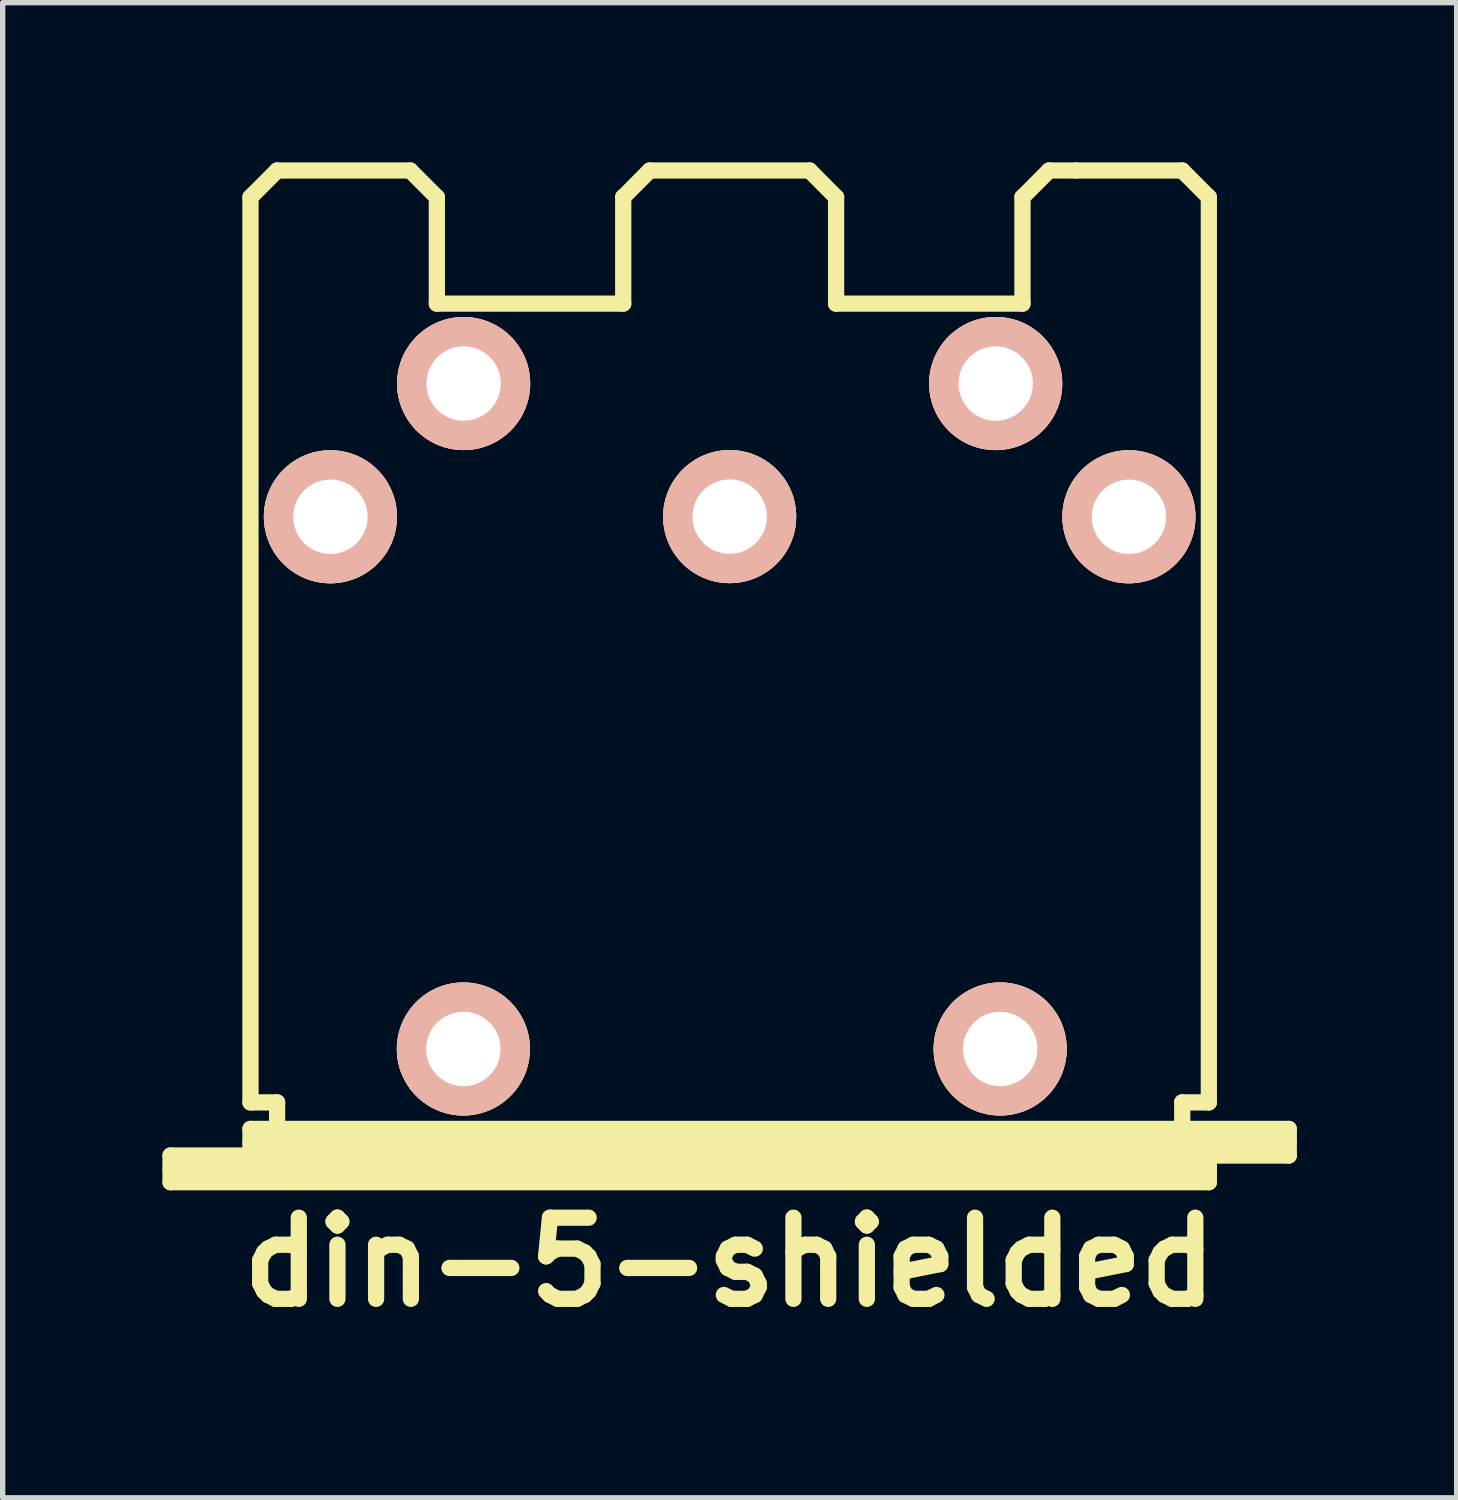
<source format=kicad_pcb>
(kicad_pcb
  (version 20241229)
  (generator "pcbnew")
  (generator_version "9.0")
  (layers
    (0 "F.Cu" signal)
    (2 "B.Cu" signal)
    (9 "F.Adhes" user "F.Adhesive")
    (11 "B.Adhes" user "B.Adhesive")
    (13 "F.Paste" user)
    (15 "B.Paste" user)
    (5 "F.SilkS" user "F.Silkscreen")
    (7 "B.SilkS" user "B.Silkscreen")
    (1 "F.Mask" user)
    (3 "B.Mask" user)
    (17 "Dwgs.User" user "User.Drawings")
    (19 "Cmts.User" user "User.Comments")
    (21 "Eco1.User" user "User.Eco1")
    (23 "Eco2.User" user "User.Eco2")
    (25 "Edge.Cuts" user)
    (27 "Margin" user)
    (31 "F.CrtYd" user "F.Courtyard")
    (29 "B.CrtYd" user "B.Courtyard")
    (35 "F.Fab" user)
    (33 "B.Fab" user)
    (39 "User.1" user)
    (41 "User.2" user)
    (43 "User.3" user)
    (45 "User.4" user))
  (footprint "din-5-shielded"
    (layer "F.Cu")
    (at 10.653 9.652)
    (property "Reference" "din-5-shielded" (at 0 11.001 0) (layer "F.SilkS") (effects (font (size 1.524 1.524) (thickness 0.305))))
    (attr through_hole)
    (fp_line (start -10.5 8.999) (end -8.999 8.999) (stroke (width 0.305) (type solid)) (layer "F.SilkS"))
    (fp_line (start -10.5 9.251) (end 8.999 9.251) (stroke (width 0.305) (type solid)) (layer "F.SilkS"))
    (fp_line (start -10.5 9.5) (end -10.5 8.999) (stroke (width 0.305) (type solid)) (layer "F.SilkS"))
    (fp_line (start -8.999 -8.999) (end -8.999 8.001) (stroke (width 0.305) (type solid)) (layer "F.SilkS"))
    (fp_line (start -8.999 -8.999) (end -8.499 -9.5) (stroke (width 0.305) (type solid)) (layer "F.SilkS"))
    (fp_line (start -8.999 8.001) (end -8.499 8.001) (stroke (width 0.305) (type solid)) (layer "F.SilkS"))
    (fp_line (start -8.999 8.499) (end 10.5 8.499) (stroke (width 0.305) (type solid)) (layer "F.SilkS"))
    (fp_line (start -8.999 8.75) (end 10.5 8.75) (stroke (width 0.305) (type solid)) (layer "F.SilkS"))
    (fp_line (start -8.999 8.999) (end -8.999 8.499) (stroke (width 0.305) (type solid)) (layer "F.SilkS"))
    (fp_line (start -8.499 -9.5) (end -5.999 -9.5) (stroke (width 0.305) (type solid)) (layer "F.SilkS"))
    (fp_line (start -8.499 8.001) (end -8.499 8.499) (stroke (width 0.305) (type solid)) (layer "F.SilkS"))
    (fp_line (start -5.999 -9.5) (end -5.499 -8.999) (stroke (width 0.305) (type solid)) (layer "F.SilkS"))
    (fp_line (start -5.499 -8.999) (end -5.499 -7) (stroke (width 0.305) (type solid)) (layer "F.SilkS"))
    (fp_line (start -5.499 -7) (end -1.999 -7) (stroke (width 0.305) (type solid)) (layer "F.SilkS"))
    (fp_line (start -1.999 -8.999) (end -1.999 -7) (stroke (width 0.305) (type solid)) (layer "F.SilkS"))
    (fp_line (start -1.501 -9.5) (end -1.999 -8.999) (stroke (width 0.305) (type solid)) (layer "F.SilkS"))
    (fp_line (start -1.501 -9.5) (end 1.501 -9.5) (stroke (width 0.305) (type solid)) (layer "F.SilkS"))
    (fp_line (start 1.501 -9.5) (end 1.999 -8.999) (stroke (width 0.305) (type solid)) (layer "F.SilkS"))
    (fp_line (start 1.999 -8.999) (end 1.999 -7) (stroke (width 0.305) (type solid)) (layer "F.SilkS"))
    (fp_line (start 5.499 -8.999) (end 5.499 -7) (stroke (width 0.305) (type solid)) (layer "F.SilkS"))
    (fp_line (start 5.499 -7) (end 1.999 -7) (stroke (width 0.305) (type solid)) (layer "F.SilkS"))
    (fp_line (start 5.999 -9.5) (end 5.499 -8.999) (stroke (width 0.305) (type solid)) (layer "F.SilkS"))
    (fp_line (start 6.5 -9.5) (end 5.999 -9.5) (stroke (width 0.305) (type solid)) (layer "F.SilkS"))
    (fp_line (start 8.499 -9.5) (end 6.5 -9.5) (stroke (width 0.305) (type solid)) (layer "F.SilkS"))
    (fp_line (start 8.499 8.499) (end 8.499 8.001) (stroke (width 0.305) (type solid)) (layer "F.SilkS"))
    (fp_line (start 8.999 -8.999) (end 8.499 -9.5) (stroke (width 0.305) (type solid)) (layer "F.SilkS"))
    (fp_line (start 8.999 -8.999) (end 8.999 8.001) (stroke (width 0.305) (type solid)) (layer "F.SilkS"))
    (fp_line (start 8.999 8.001) (end 8.499 8.001) (stroke (width 0.305) (type solid)) (layer "F.SilkS"))
    (fp_line (start 8.999 8.999) (end -8.999 8.999) (stroke (width 0.305) (type solid)) (layer "F.SilkS"))
    (fp_line (start 8.999 8.999) (end 8.999 9.5) (stroke (width 0.305) (type solid)) (layer "F.SilkS"))
    (fp_line (start 8.999 9.5) (end -10.5 9.5) (stroke (width 0.305) (type solid)) (layer "F.SilkS"))
    (fp_line (start 10.5 8.499) (end 10.5 8.999) (stroke (width 0.305) (type solid)) (layer "F.SilkS"))
    (fp_line (start 10.5 8.999) (end 8.999 8.999) (stroke (width 0.305) (type solid)) (layer "F.SilkS"))
    (pad "1" thru_hole circle (at 7.498 -2.997) (size 2.499 2.499) (drill 1.397) (layers "*.Cu" "*.SilkS" "*.Mask"))
    (pad "2" thru_hole circle (at 0 -3) (size 2.499 2.499) (drill 1.397) (layers "*.Cu" "*.SilkS" "*.Mask"))
    (pad "3" thru_hole circle (at -7.498 -2.997) (size 2.499 2.499) (drill 1.397) (layers "*.Cu" "*.SilkS" "*.Mask"))
    (pad "4" thru_hole circle (at 4.996 -5.499) (size 2.499 2.499) (drill 1.397) (layers "*.Cu" "*.SilkS" "*.Mask"))
    (pad "5" thru_hole circle (at -4.996 -5.499) (size 2.499 2.499) (drill 1.397) (layers "*.Cu" "*.SilkS" "*.Mask"))
    (pad "6" thru_hole circle (at -5.001 6.998) (size 2.499 2.499) (drill 1.397) (layers "*.Cu" "*.SilkS" "*.Mask"))
    (pad "6" thru_hole circle (at 5.08 6.998) (size 2.499 2.499) (drill 1.397) (layers "*.Cu" "*.SilkS" "*.Mask")))
  (gr_rect
    (start -3 -3)
    (end 24.306 25.079)
    (stroke (width 0.1) (type default))
    (fill no)
    (layer "Edge.Cuts")))
</source>
